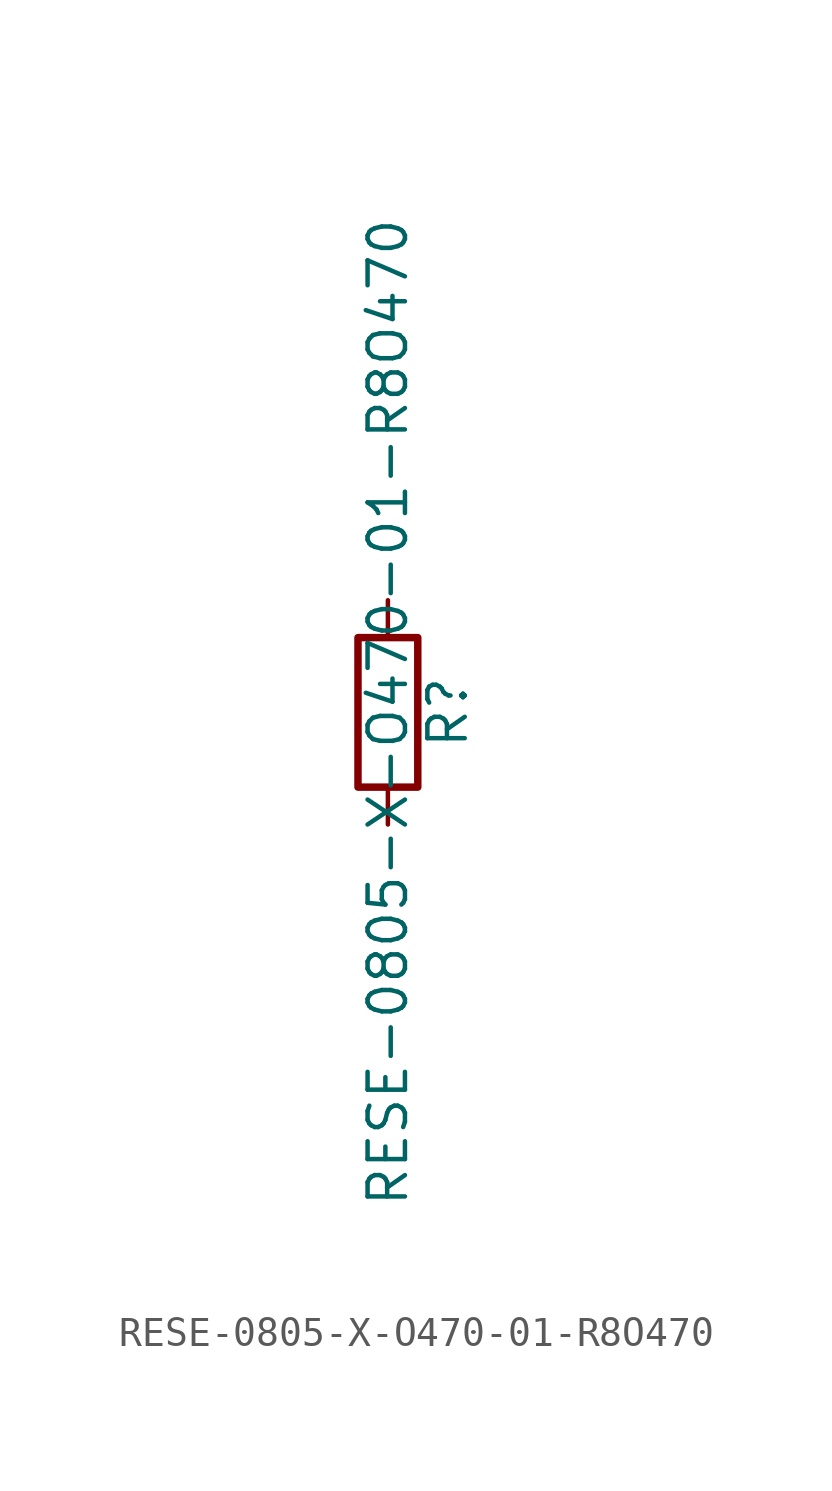
<source format=kicad_sym>
(kicad_symbol_lib
  (version 20211014)
  (generator kicad_symbol_editor)
  (symbol "RESE-0805-X-O470-01-R8O470"
    (pin_numbers hide)
    (pin_names
      (offset 0))
    (property "Reference" "R"
      (at 2.032 0 90)
      (effects (font (size 1.27 1.27))))
    (property "Value" "RESE-0805-X-O470-01-R8O470"
      (at 0 0 90)
      (effects (font (size 1.27 1.27))))
    (symbol "RESE-0805-X-O470-01-R8O470_0_1"
      (rectangle (start -1.016 -2.54) (end 1.016 2.54) (stroke (width 0.254) (type default) (color 0 0 0 0)) (fill (type none))))
    (symbol "RESE-0805-X-O470-01-R8O470_1_1"
      (pin passive line (at 0 3.81 270) (length 1.27) (name "~" (effects (font (size 1.27 1.27)))) (number "1" (effects (font (size 1.27 1.27)))))
      (pin passive line (at 0 -3.81 90) (length 1.27) (name "~" (effects (font (size 1.27 1.27)))) (number "2" (effects (font (size 1.27 1.27))))))))
</source>
